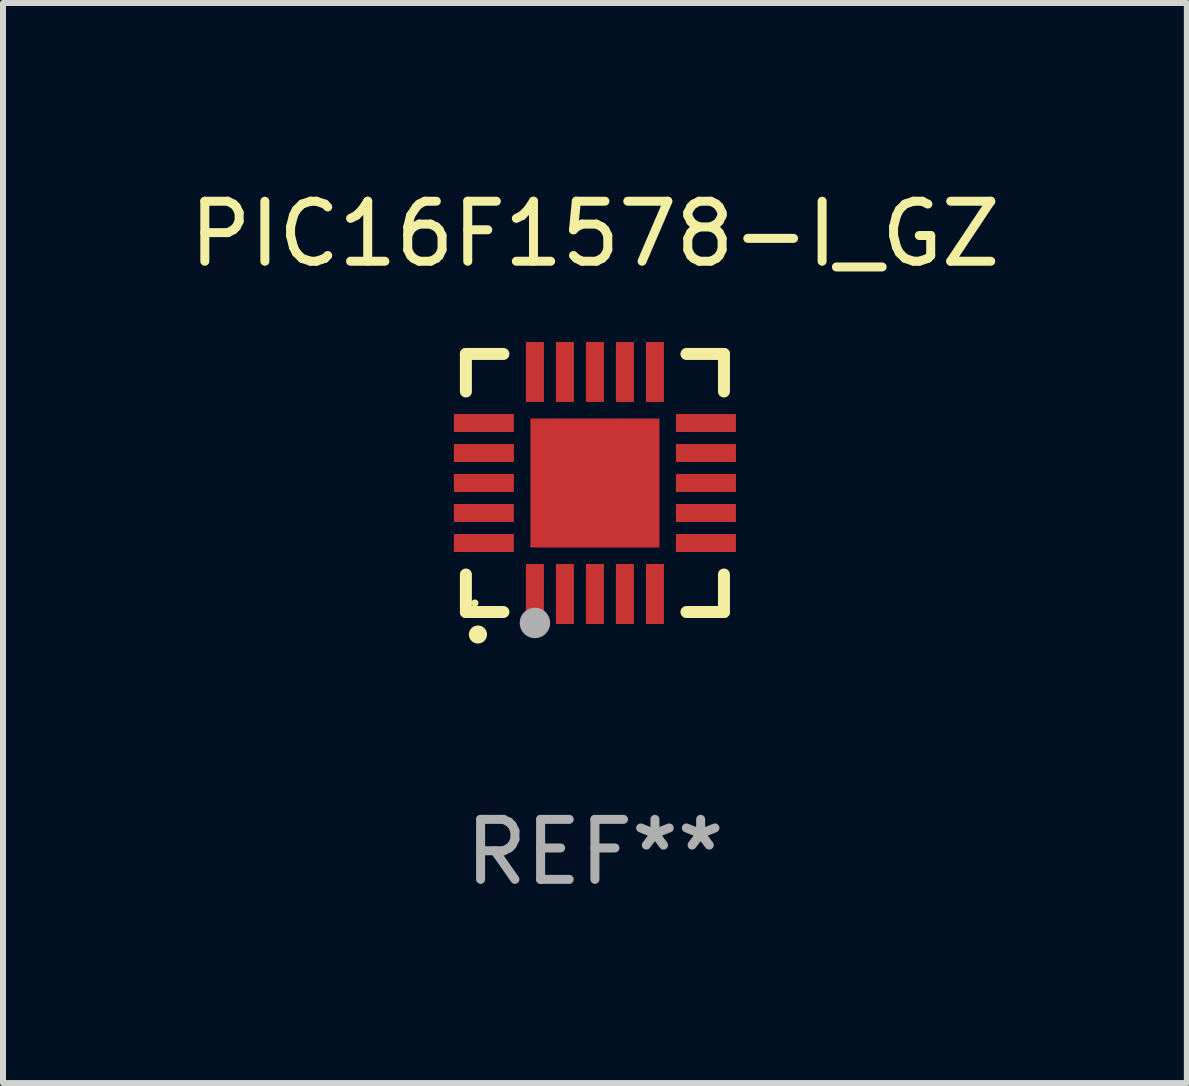
<source format=kicad_pcb>
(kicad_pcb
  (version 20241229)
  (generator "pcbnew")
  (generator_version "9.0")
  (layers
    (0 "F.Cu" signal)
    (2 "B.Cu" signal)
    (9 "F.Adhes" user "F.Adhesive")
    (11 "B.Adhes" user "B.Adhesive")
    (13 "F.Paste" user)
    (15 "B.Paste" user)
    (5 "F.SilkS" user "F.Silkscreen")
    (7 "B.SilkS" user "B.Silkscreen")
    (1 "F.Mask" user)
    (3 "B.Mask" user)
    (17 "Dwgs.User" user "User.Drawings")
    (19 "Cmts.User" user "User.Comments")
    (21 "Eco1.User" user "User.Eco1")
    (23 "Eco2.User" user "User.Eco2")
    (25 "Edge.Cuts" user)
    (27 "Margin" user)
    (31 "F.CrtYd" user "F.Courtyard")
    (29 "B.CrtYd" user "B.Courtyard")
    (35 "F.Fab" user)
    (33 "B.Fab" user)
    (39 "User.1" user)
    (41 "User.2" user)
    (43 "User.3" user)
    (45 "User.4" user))
  (footprint "PIC16F1578-I_GZ"
    (layer "F.Cu")
    (at 6.863 4.998)
    (property "Reference" "PIC16F1578-I_GZ" (at 0 -4.15 0) (layer "F.SilkS") (effects (font (size 1 1) (thickness 0.15))))
    (attr through_hole)
    (fp_line (start -2.15 -2.15) (end -2.15 -1.525) (stroke (width 0.2) (type solid)) (layer "F.SilkS"))
    (fp_line (start -2.15 2.15) (end -2.15 1.525) (stroke (width 0.2) (type solid)) (layer "F.SilkS"))
    (fp_line (start -1.525 -2.15) (end -2.15 -2.15) (stroke (width 0.2) (type solid)) (layer "F.SilkS"))
    (fp_line (start -1.525 2.15) (end -2.15 2.15) (stroke (width 0.2) (type solid)) (layer "F.SilkS"))
    (fp_line (start 1.525 2.15) (end 2.15 2.15) (stroke (width 0.2) (type solid)) (layer "F.SilkS"))
    (fp_line (start 2.15 -2.15) (end 1.525 -2.15) (stroke (width 0.2) (type solid)) (layer "F.SilkS"))
    (fp_line (start 2.15 -1.525) (end 2.15 -2.15) (stroke (width 0.2) (type solid)) (layer "F.SilkS"))
    (fp_line (start 2.15 2.15) (end 2.15 1.525) (stroke (width 0.2) (type solid)) (layer "F.SilkS"))
    (fp_arc (start -1.950724 2.524765) (mid -1.949454 2.52476) (end -1.948184 2.524765) (stroke (width 0.3) (type solid)) (layer "F.SilkS"))
    (fp_circle (center -2 2) (end -1.97 2) (stroke (width 0.06) (type solid)) (fill no) (layer "F.SilkS"))
    (fp_circle (center -1 2.332) (end -0.873 2.332) (stroke (width 0.254) (type solid)) (fill no) (layer "F.Fab"))
    (fp_text user "REF**" (at 0 6.15 0) (layer "F.Fab") (effects (font (size 1 1) (thickness 0.15))))
    (pad "1" smd rect (at -1 1.85 180) (size 0.3 1) (layers "F.Cu" "F.Mask" "F.Paste"))
    (pad "2" smd rect (at -0.5 1.85 180) (size 0.3 1) (layers "F.Cu" "F.Mask" "F.Paste"))
    (pad "3" smd rect (at 0 1.85 180) (size 0.3 1) (layers "F.Cu" "F.Mask" "F.Paste"))
    (pad "4" smd rect (at 0.5 1.85 180) (size 0.3 1) (layers "F.Cu" "F.Mask" "F.Paste"))
    (pad "5" smd rect (at 1 1.85 180) (size 0.3 1) (layers "F.Cu" "F.Mask" "F.Paste"))
    (pad "6" smd rect (at 1.85 1 90) (size 0.3 1) (layers "F.Cu" "F.Mask" "F.Paste"))
    (pad "7" smd rect (at 1.85 0.5 90) (size 0.3 1) (layers "F.Cu" "F.Mask" "F.Paste"))
    (pad "8" smd rect (at 1.85 0 90) (size 0.3 1) (layers "F.Cu" "F.Mask" "F.Paste"))
    (pad "9" smd rect (at 1.85 -0.5 90) (size 0.3 1) (layers "F.Cu" "F.Mask" "F.Paste"))
    (pad "10" smd rect (at 1.85 -1 90) (size 0.3 1) (layers "F.Cu" "F.Mask" "F.Paste"))
    (pad "11" smd rect (at 1 -1.85 180) (size 0.3 1) (layers "F.Cu" "F.Mask" "F.Paste"))
    (pad "12" smd rect (at 0.5 -1.85 180) (size 0.3 1) (layers "F.Cu" "F.Mask" "F.Paste"))
    (pad "13" smd rect (at 0 -1.85 180) (size 0.3 1) (layers "F.Cu" "F.Mask" "F.Paste"))
    (pad "14" smd rect (at -0.5 -1.85 180) (size 0.3 1) (layers "F.Cu" "F.Mask" "F.Paste"))
    (pad "15" smd rect (at -1 -1.85 180) (size 0.3 1) (layers "F.Cu" "F.Mask" "F.Paste"))
    (pad "16" smd rect (at -1.85 -1 90) (size 0.3 1) (layers "F.Cu" "F.Mask" "F.Paste"))
    (pad "17" smd rect (at -1.85 -0.5 90) (size 0.3 1) (layers "F.Cu" "F.Mask" "F.Paste"))
    (pad "18" smd rect (at -1.85 0 90) (size 0.3 1) (layers "F.Cu" "F.Mask" "F.Paste"))
    (pad "19" smd rect (at -1.85 0.5 90) (size 0.3 1) (layers "F.Cu" "F.Mask" "F.Paste"))
    (pad "20" smd rect (at -1.85 1 90) (size 0.3 1) (layers "F.Cu" "F.Mask" "F.Paste"))
    (pad "21" smd rect (at 0 0 90) (size 2.15 2.15) (layers "F.Cu" "F.Mask" "F.Paste")))
  (gr_rect
    (start -3 -3)
    (end 16.726 14.997)
    (stroke (width 0.1) (type default))
    (fill no)
    (layer "Edge.Cuts")))
</source>
